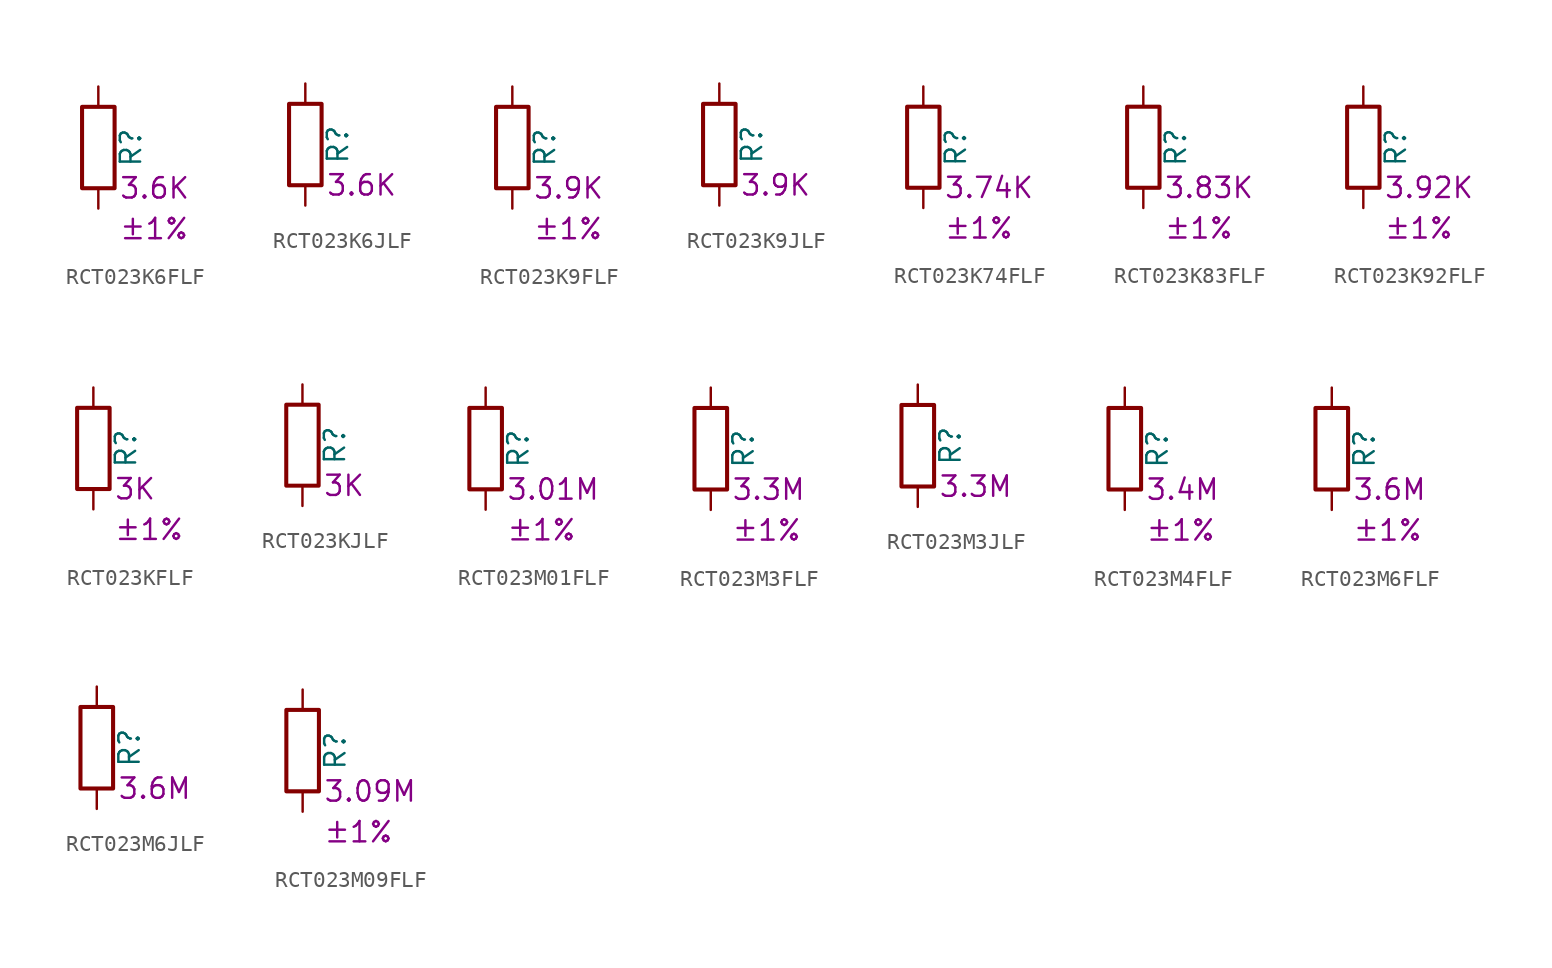
<source format=kicad_sym>
(kicad_symbol_lib
  (version 20220914)
  (generator kicad_symbol_editor)
  (symbol "RCT023K6FLF"
    (pin_numbers hide)
    (pin_names
      (offset 0))
    (property "Reference" "R"
      (at 2.032 0 90)
      (effects (font (size 1.27 1.27))))
    (property "Resistance" "3.6K"
      (at 1.27 -2.54 0)
      (effects (font (size 1.27 1.27)) (justify left)))
    (property "Tolerance" "±1%"
      (at 1.27 -5.08 0)
      (effects (font (size 1.27 1.27)) (justify left)))
    (symbol "RCT023K6FLF_0_1"
      (rectangle (start -1.016 -2.54) (end 1.016 2.54) (stroke (width 0.254) (type default)) (fill (type none))))
    (symbol "RCT023K6FLF_1_1"
      (pin passive line (at 0 3.81 270) (length 1.27) (name "~" (effects (font (size 1.27 1.27)))) (number "1" (effects (font (size 1.27 1.27)))))
      (pin passive line (at 0 -3.81 90) (length 1.27) (name "~" (effects (font (size 1.27 1.27)))) (number "2" (effects (font (size 1.27 1.27)))))))
  (symbol "RCT023K6JLF"
    (pin_numbers hide)
    (pin_names
      (offset 0))
    (property "Reference" "R"
      (at 2.032 0 90)
      (effects (font (size 1.27 1.27))))
    (property "Resistance" "3.6K"
      (at 1.27 -2.54 0)
      (effects (font (size 1.27 1.27)) (justify left)))
    (symbol "RCT023K6JLF_0_1"
      (rectangle (start -1.016 -2.54) (end 1.016 2.54) (stroke (width 0.254) (type default)) (fill (type none))))
    (symbol "RCT023K6JLF_1_1"
      (pin passive line (at 0 3.81 270) (length 1.27) (name "~" (effects (font (size 1.27 1.27)))) (number "1" (effects (font (size 1.27 1.27)))))
      (pin passive line (at 0 -3.81 90) (length 1.27) (name "~" (effects (font (size 1.27 1.27)))) (number "2" (effects (font (size 1.27 1.27)))))))
  (symbol "RCT023K9FLF"
    (pin_numbers hide)
    (pin_names
      (offset 0))
    (property "Reference" "R"
      (at 2.032 0 90)
      (effects (font (size 1.27 1.27))))
    (property "Resistance" "3.9K"
      (at 1.27 -2.54 0)
      (effects (font (size 1.27 1.27)) (justify left)))
    (property "Tolerance" "±1%"
      (at 1.27 -5.08 0)
      (effects (font (size 1.27 1.27)) (justify left)))
    (symbol "RCT023K9FLF_0_1"
      (rectangle (start -1.016 -2.54) (end 1.016 2.54) (stroke (width 0.254) (type default)) (fill (type none))))
    (symbol "RCT023K9FLF_1_1"
      (pin passive line (at 0 3.81 270) (length 1.27) (name "~" (effects (font (size 1.27 1.27)))) (number "1" (effects (font (size 1.27 1.27)))))
      (pin passive line (at 0 -3.81 90) (length 1.27) (name "~" (effects (font (size 1.27 1.27)))) (number "2" (effects (font (size 1.27 1.27)))))))
  (symbol "RCT023K9JLF"
    (pin_numbers hide)
    (pin_names
      (offset 0))
    (property "Reference" "R"
      (at 2.032 0 90)
      (effects (font (size 1.27 1.27))))
    (property "Resistance" "3.9K"
      (at 1.27 -2.54 0)
      (effects (font (size 1.27 1.27)) (justify left)))
    (symbol "RCT023K9JLF_0_1"
      (rectangle (start -1.016 -2.54) (end 1.016 2.54) (stroke (width 0.254) (type default)) (fill (type none))))
    (symbol "RCT023K9JLF_1_1"
      (pin passive line (at 0 3.81 270) (length 1.27) (name "~" (effects (font (size 1.27 1.27)))) (number "1" (effects (font (size 1.27 1.27)))))
      (pin passive line (at 0 -3.81 90) (length 1.27) (name "~" (effects (font (size 1.27 1.27)))) (number "2" (effects (font (size 1.27 1.27)))))))
  (symbol "RCT023K74FLF"
    (pin_numbers hide)
    (pin_names
      (offset 0))
    (property "Reference" "R"
      (at 2.032 0 90)
      (effects (font (size 1.27 1.27))))
    (property "Resistance" "3.74K"
      (at 1.27 -2.54 0)
      (effects (font (size 1.27 1.27)) (justify left)))
    (property "Tolerance" "±1%"
      (at 1.27 -5.08 0)
      (effects (font (size 1.27 1.27)) (justify left)))
    (symbol "RCT023K74FLF_0_1"
      (rectangle (start -1.016 -2.54) (end 1.016 2.54) (stroke (width 0.254) (type default)) (fill (type none))))
    (symbol "RCT023K74FLF_1_1"
      (pin passive line (at 0 3.81 270) (length 1.27) (name "~" (effects (font (size 1.27 1.27)))) (number "1" (effects (font (size 1.27 1.27)))))
      (pin passive line (at 0 -3.81 90) (length 1.27) (name "~" (effects (font (size 1.27 1.27)))) (number "2" (effects (font (size 1.27 1.27)))))))
  (symbol "RCT023K83FLF"
    (pin_numbers hide)
    (pin_names
      (offset 0))
    (property "Reference" "R"
      (at 2.032 0 90)
      (effects (font (size 1.27 1.27))))
    (property "Resistance" "3.83K"
      (at 1.27 -2.54 0)
      (effects (font (size 1.27 1.27)) (justify left)))
    (property "Tolerance" "±1%"
      (at 1.27 -5.08 0)
      (effects (font (size 1.27 1.27)) (justify left)))
    (symbol "RCT023K83FLF_0_1"
      (rectangle (start -1.016 -2.54) (end 1.016 2.54) (stroke (width 0.254) (type default)) (fill (type none))))
    (symbol "RCT023K83FLF_1_1"
      (pin passive line (at 0 3.81 270) (length 1.27) (name "~" (effects (font (size 1.27 1.27)))) (number "1" (effects (font (size 1.27 1.27)))))
      (pin passive line (at 0 -3.81 90) (length 1.27) (name "~" (effects (font (size 1.27 1.27)))) (number "2" (effects (font (size 1.27 1.27)))))))
  (symbol "RCT023K92FLF"
    (pin_numbers hide)
    (pin_names
      (offset 0))
    (property "Reference" "R"
      (at 2.032 0 90)
      (effects (font (size 1.27 1.27))))
    (property "Resistance" "3.92K"
      (at 1.27 -2.54 0)
      (effects (font (size 1.27 1.27)) (justify left)))
    (property "Tolerance" "±1%"
      (at 1.27 -5.08 0)
      (effects (font (size 1.27 1.27)) (justify left)))
    (symbol "RCT023K92FLF_0_1"
      (rectangle (start -1.016 -2.54) (end 1.016 2.54) (stroke (width 0.254) (type default)) (fill (type none))))
    (symbol "RCT023K92FLF_1_1"
      (pin passive line (at 0 3.81 270) (length 1.27) (name "~" (effects (font (size 1.27 1.27)))) (number "1" (effects (font (size 1.27 1.27)))))
      (pin passive line (at 0 -3.81 90) (length 1.27) (name "~" (effects (font (size 1.27 1.27)))) (number "2" (effects (font (size 1.27 1.27)))))))
  (symbol "RCT023KFLF"
    (pin_numbers hide)
    (pin_names
      (offset 0))
    (property "Reference" "R"
      (at 2.032 0 90)
      (effects (font (size 1.27 1.27))))
    (property "Resistance" "3K"
      (at 1.27 -2.54 0)
      (effects (font (size 1.27 1.27)) (justify left)))
    (property "Tolerance" "±1%"
      (at 1.27 -5.08 0)
      (effects (font (size 1.27 1.27)) (justify left)))
    (symbol "RCT023KFLF_0_1"
      (rectangle (start -1.016 -2.54) (end 1.016 2.54) (stroke (width 0.254) (type default)) (fill (type none))))
    (symbol "RCT023KFLF_1_1"
      (pin passive line (at 0 3.81 270) (length 1.27) (name "~" (effects (font (size 1.27 1.27)))) (number "1" (effects (font (size 1.27 1.27)))))
      (pin passive line (at 0 -3.81 90) (length 1.27) (name "~" (effects (font (size 1.27 1.27)))) (number "2" (effects (font (size 1.27 1.27)))))))
  (symbol "RCT023KJLF"
    (pin_numbers hide)
    (pin_names
      (offset 0))
    (property "Reference" "R"
      (at 2.032 0 90)
      (effects (font (size 1.27 1.27))))
    (property "Resistance" "3K"
      (at 1.27 -2.54 0)
      (effects (font (size 1.27 1.27)) (justify left)))
    (symbol "RCT023KJLF_0_1"
      (rectangle (start -1.016 -2.54) (end 1.016 2.54) (stroke (width 0.254) (type default)) (fill (type none))))
    (symbol "RCT023KJLF_1_1"
      (pin passive line (at 0 3.81 270) (length 1.27) (name "~" (effects (font (size 1.27 1.27)))) (number "1" (effects (font (size 1.27 1.27)))))
      (pin passive line (at 0 -3.81 90) (length 1.27) (name "~" (effects (font (size 1.27 1.27)))) (number "2" (effects (font (size 1.27 1.27)))))))
  (symbol "RCT023M01FLF"
    (pin_numbers hide)
    (pin_names
      (offset 0))
    (property "Reference" "R"
      (at 2.032 0 90)
      (effects (font (size 1.27 1.27))))
    (property "Resistance" "3.01M"
      (at 1.27 -2.54 0)
      (effects (font (size 1.27 1.27)) (justify left)))
    (property "Tolerance" "±1%"
      (at 1.27 -5.08 0)
      (effects (font (size 1.27 1.27)) (justify left)))
    (symbol "RCT023M01FLF_0_1"
      (rectangle (start -1.016 -2.54) (end 1.016 2.54) (stroke (width 0.254) (type default)) (fill (type none))))
    (symbol "RCT023M01FLF_1_1"
      (pin passive line (at 0 3.81 270) (length 1.27) (name "~" (effects (font (size 1.27 1.27)))) (number "1" (effects (font (size 1.27 1.27)))))
      (pin passive line (at 0 -3.81 90) (length 1.27) (name "~" (effects (font (size 1.27 1.27)))) (number "2" (effects (font (size 1.27 1.27)))))))
  (symbol "RCT023M3FLF"
    (pin_numbers hide)
    (pin_names
      (offset 0))
    (property "Reference" "R"
      (at 2.032 0 90)
      (effects (font (size 1.27 1.27))))
    (property "Resistance" "3.3M"
      (at 1.27 -2.54 0)
      (effects (font (size 1.27 1.27)) (justify left)))
    (property "Tolerance" "±1%"
      (at 1.27 -5.08 0)
      (effects (font (size 1.27 1.27)) (justify left)))
    (symbol "RCT023M3FLF_0_1"
      (rectangle (start -1.016 -2.54) (end 1.016 2.54) (stroke (width 0.254) (type default)) (fill (type none))))
    (symbol "RCT023M3FLF_1_1"
      (pin passive line (at 0 3.81 270) (length 1.27) (name "~" (effects (font (size 1.27 1.27)))) (number "1" (effects (font (size 1.27 1.27)))))
      (pin passive line (at 0 -3.81 90) (length 1.27) (name "~" (effects (font (size 1.27 1.27)))) (number "2" (effects (font (size 1.27 1.27)))))))
  (symbol "RCT023M3JLF"
    (pin_numbers hide)
    (pin_names
      (offset 0))
    (property "Reference" "R"
      (at 2.032 0 90)
      (effects (font (size 1.27 1.27))))
    (property "Resistance" "3.3M"
      (at 1.27 -2.54 0)
      (effects (font (size 1.27 1.27)) (justify left)))
    (symbol "RCT023M3JLF_0_1"
      (rectangle (start -1.016 -2.54) (end 1.016 2.54) (stroke (width 0.254) (type default)) (fill (type none))))
    (symbol "RCT023M3JLF_1_1"
      (pin passive line (at 0 3.81 270) (length 1.27) (name "~" (effects (font (size 1.27 1.27)))) (number "1" (effects (font (size 1.27 1.27)))))
      (pin passive line (at 0 -3.81 90) (length 1.27) (name "~" (effects (font (size 1.27 1.27)))) (number "2" (effects (font (size 1.27 1.27)))))))
  (symbol "RCT023M4FLF"
    (pin_numbers hide)
    (pin_names
      (offset 0))
    (property "Reference" "R"
      (at 2.032 0 90)
      (effects (font (size 1.27 1.27))))
    (property "Resistance" "3.4M"
      (at 1.27 -2.54 0)
      (effects (font (size 1.27 1.27)) (justify left)))
    (property "Tolerance" "±1%"
      (at 1.27 -5.08 0)
      (effects (font (size 1.27 1.27)) (justify left)))
    (symbol "RCT023M4FLF_0_1"
      (rectangle (start -1.016 -2.54) (end 1.016 2.54) (stroke (width 0.254) (type default)) (fill (type none))))
    (symbol "RCT023M4FLF_1_1"
      (pin passive line (at 0 3.81 270) (length 1.27) (name "~" (effects (font (size 1.27 1.27)))) (number "1" (effects (font (size 1.27 1.27)))))
      (pin passive line (at 0 -3.81 90) (length 1.27) (name "~" (effects (font (size 1.27 1.27)))) (number "2" (effects (font (size 1.27 1.27)))))))
  (symbol "RCT023M6FLF"
    (pin_numbers hide)
    (pin_names
      (offset 0))
    (property "Reference" "R"
      (at 2.032 0 90)
      (effects (font (size 1.27 1.27))))
    (property "Resistance" "3.6M"
      (at 1.27 -2.54 0)
      (effects (font (size 1.27 1.27)) (justify left)))
    (property "Tolerance" "±1%"
      (at 1.27 -5.08 0)
      (effects (font (size 1.27 1.27)) (justify left)))
    (symbol "RCT023M6FLF_0_1"
      (rectangle (start -1.016 -2.54) (end 1.016 2.54) (stroke (width 0.254) (type default)) (fill (type none))))
    (symbol "RCT023M6FLF_1_1"
      (pin passive line (at 0 3.81 270) (length 1.27) (name "~" (effects (font (size 1.27 1.27)))) (number "1" (effects (font (size 1.27 1.27)))))
      (pin passive line (at 0 -3.81 90) (length 1.27) (name "~" (effects (font (size 1.27 1.27)))) (number "2" (effects (font (size 1.27 1.27)))))))
  (symbol "RCT023M6JLF"
    (pin_numbers hide)
    (pin_names
      (offset 0))
    (property "Reference" "R"
      (at 2.032 0 90)
      (effects (font (size 1.27 1.27))))
    (property "Resistance" "3.6M"
      (at 1.27 -2.54 0)
      (effects (font (size 1.27 1.27)) (justify left)))
    (symbol "RCT023M6JLF_0_1"
      (rectangle (start -1.016 -2.54) (end 1.016 2.54) (stroke (width 0.254) (type default)) (fill (type none))))
    (symbol "RCT023M6JLF_1_1"
      (pin passive line (at 0 3.81 270) (length 1.27) (name "~" (effects (font (size 1.27 1.27)))) (number "1" (effects (font (size 1.27 1.27)))))
      (pin passive line (at 0 -3.81 90) (length 1.27) (name "~" (effects (font (size 1.27 1.27)))) (number "2" (effects (font (size 1.27 1.27)))))))
  (symbol "RCT023M09FLF"
    (pin_numbers hide)
    (pin_names
      (offset 0))
    (property "Reference" "R"
      (at 2.032 0 90)
      (effects (font (size 1.27 1.27))))
    (property "Resistance" "3.09M"
      (at 1.27 -2.54 0)
      (effects (font (size 1.27 1.27)) (justify left)))
    (property "Tolerance" "±1%"
      (at 1.27 -5.08 0)
      (effects (font (size 1.27 1.27)) (justify left)))
    (symbol "RCT023M09FLF_0_1"
      (rectangle (start -1.016 -2.54) (end 1.016 2.54) (stroke (width 0.254) (type default)) (fill (type none))))
    (symbol "RCT023M09FLF_1_1"
      (pin passive line (at 0 3.81 270) (length 1.27) (name "~" (effects (font (size 1.27 1.27)))) (number "1" (effects (font (size 1.27 1.27)))))
      (pin passive line (at 0 -3.81 90) (length 1.27) (name "~" (effects (font (size 1.27 1.27)))) (number "2" (effects (font (size 1.27 1.27))))))))
</source>
